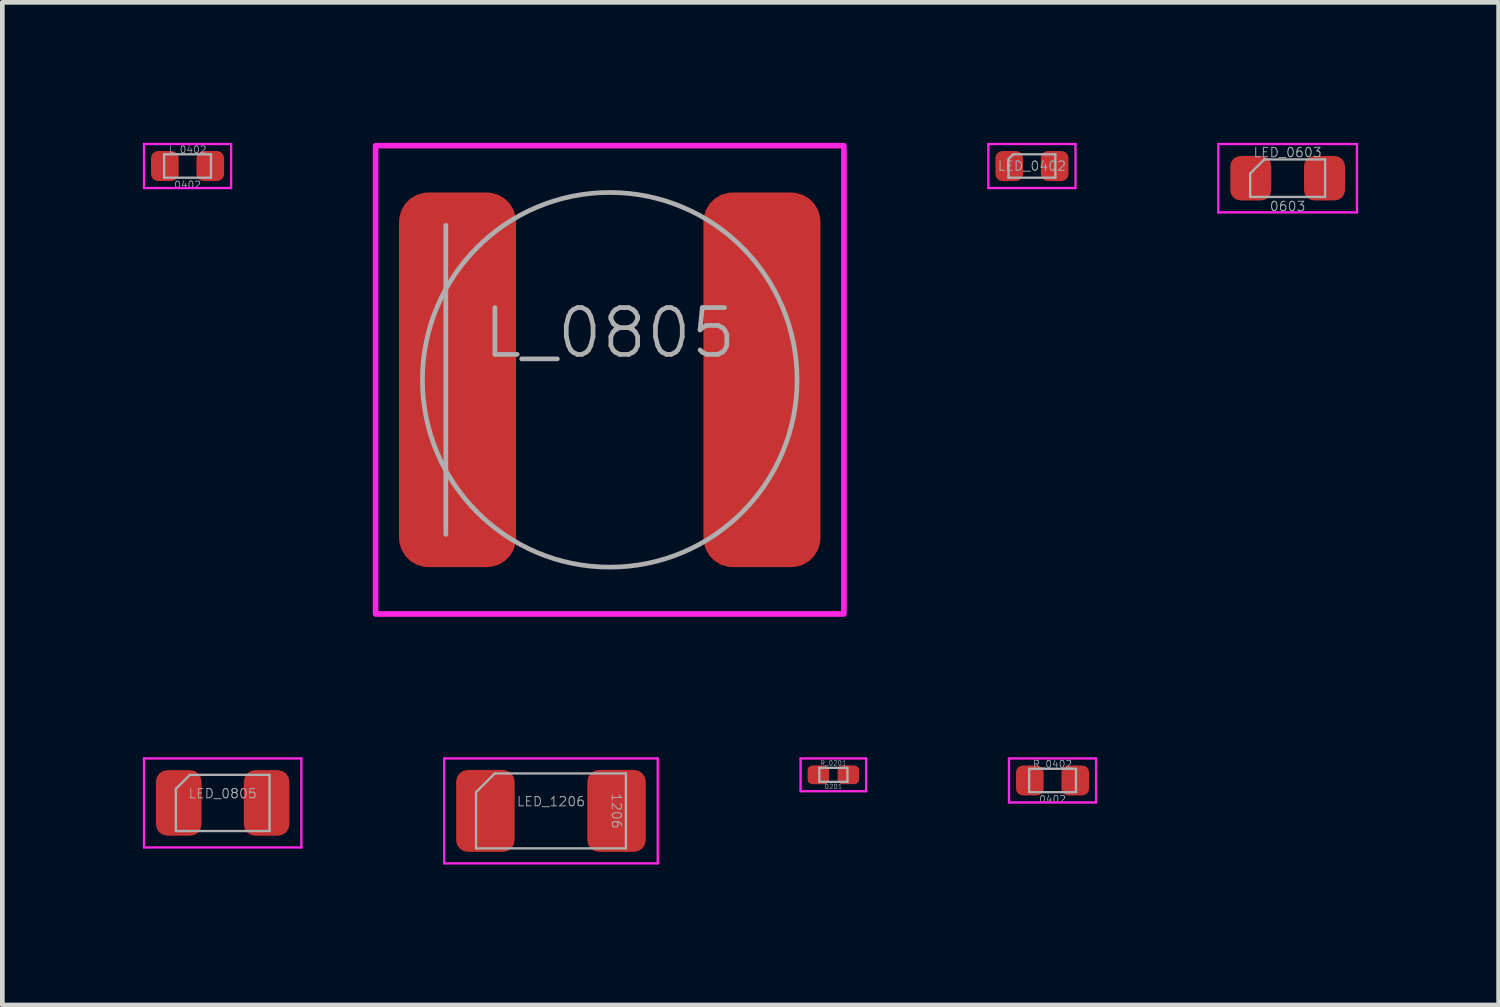
<source format=kicad_pcb>
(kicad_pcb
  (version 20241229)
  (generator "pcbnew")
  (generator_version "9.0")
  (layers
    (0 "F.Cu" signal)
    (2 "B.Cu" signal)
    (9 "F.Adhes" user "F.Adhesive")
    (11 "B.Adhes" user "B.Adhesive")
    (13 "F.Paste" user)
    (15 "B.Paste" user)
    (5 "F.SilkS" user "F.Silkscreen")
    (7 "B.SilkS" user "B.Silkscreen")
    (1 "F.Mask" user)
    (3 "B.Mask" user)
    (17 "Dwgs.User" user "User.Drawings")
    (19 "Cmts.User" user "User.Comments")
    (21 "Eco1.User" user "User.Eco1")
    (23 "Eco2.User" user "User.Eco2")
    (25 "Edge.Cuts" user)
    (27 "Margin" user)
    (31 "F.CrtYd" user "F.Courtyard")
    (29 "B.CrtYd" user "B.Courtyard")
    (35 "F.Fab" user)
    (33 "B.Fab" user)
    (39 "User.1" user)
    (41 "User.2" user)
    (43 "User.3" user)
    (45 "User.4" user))
  (footprint "LED_0603"
    (layer "F.Cu")
    (at 24.445 0.755)
    (property "Reference" "LED_0603" (at 0 -0.55 0) (layer "F.Fab") (effects (font (size 0.2 0.2) (thickness 0.02))))
    (attr smd)
    (fp_line (start -1.48 -0.73) (end 1.48 -0.73) (stroke (width 0.05) (type solid)) (layer "F.CrtYd"))
    (fp_line (start -1.48 0.73) (end -1.48 -0.73) (stroke (width 0.05) (type solid)) (layer "F.CrtYd"))
    (fp_line (start 1.48 -0.73) (end 1.48 0.73) (stroke (width 0.05) (type solid)) (layer "F.CrtYd"))
    (fp_line (start 1.48 0.73) (end -1.48 0.73) (stroke (width 0.05) (type solid)) (layer "F.CrtYd"))
    (fp_line (start -0.8 -0.1) (end -0.8 0.4) (stroke (width 0.05) (type solid)) (layer "F.Fab"))
    (fp_line (start -0.8 0.4) (end 0.8 0.4) (stroke (width 0.05) (type solid)) (layer "F.Fab"))
    (fp_line (start -0.5 -0.4) (end -0.8 -0.1) (stroke (width 0.05) (type solid)) (layer "F.Fab"))
    (fp_line (start 0.8 -0.4) (end -0.5 -0.4) (stroke (width 0.05) (type solid)) (layer "F.Fab"))
    (fp_line (start 0.8 0.4) (end 0.8 -0.4) (stroke (width 0.05) (type solid)) (layer "F.Fab"))
    (fp_text user "0603" (at 0 0.6 0) (layer "F.Fab") (effects (font (size 0.2 0.2) (thickness 0.02))))
    (pad "1" smd roundrect (at -0.787 0) (size 0.875 0.95) (layers "F.Cu" "F.Mask" "F.Paste") (roundrect_rratio 0.25))
    (pad "2" smd roundrect (at 0.787 0) (size 0.875 0.95) (layers "F.Cu" "F.Mask" "F.Paste") (roundrect_rratio 0.25)))
  (footprint "R_0402"
    (layer "F.Cu")
    (at 19.425 13.615)
    (property "Reference" "R_0402" (at 0 -0.35 0) (layer "F.Fab") (effects (font (size 0.15 0.15) (thickness 0.015))))
    (attr smd)
    (fp_line (start -0.93 -0.47) (end 0.93 -0.47) (stroke (width 0.05) (type solid)) (layer "F.CrtYd"))
    (fp_line (start -0.93 0.47) (end -0.93 -0.47) (stroke (width 0.05) (type solid)) (layer "F.CrtYd"))
    (fp_line (start 0.93 -0.47) (end 0.93 0.47) (stroke (width 0.05) (type solid)) (layer "F.CrtYd"))
    (fp_line (start 0.93 0.47) (end -0.93 0.47) (stroke (width 0.05) (type solid)) (layer "F.CrtYd"))
    (fp_line (start -0.5 -0.25) (end 0.5 -0.25) (stroke (width 0.05) (type solid)) (layer "F.Fab"))
    (fp_line (start -0.5 0.25) (end -0.5 -0.25) (stroke (width 0.05) (type solid)) (layer "F.Fab"))
    (fp_line (start 0.5 -0.25) (end 0.5 0.25) (stroke (width 0.05) (type solid)) (layer "F.Fab"))
    (fp_line (start 0.5 0.25) (end -0.5 0.25) (stroke (width 0.05) (type solid)) (layer "F.Fab"))
    (fp_text user "0402" (at 0 0.4 0) (layer "F.Fab") (effects (font (size 0.15 0.15) (thickness 0.015))))
    (pad "1" smd roundrect (at -0.485 0) (size 0.59 0.64) (layers "F.Cu" "F.Mask" "F.Paste") (roundrect_rratio 0.25))
    (pad "2" smd roundrect (at 0.485 0) (size 0.59 0.64) (layers "F.Cu" "F.Mask" "F.Paste") (roundrect_rratio 0.25)))
  (footprint "LED_0805"
    (layer "F.Cu")
    (at 1.705 14.095)
    (property "Reference" "LED_0805" (at 0 -0.2 0) (unlocked yes) (layer "F.Fab") (effects (font (size 0.2 0.2) (thickness 0.02))))
    (attr smd)
    (fp_line (start -1.68 -0.95) (end 1.68 -0.95) (stroke (width 0.05) (type solid)) (layer "F.CrtYd"))
    (fp_line (start -1.68 0.95) (end -1.68 -0.95) (stroke (width 0.05) (type solid)) (layer "F.CrtYd"))
    (fp_line (start 1.68 -0.95) (end 1.68 0.95) (stroke (width 0.05) (type solid)) (layer "F.CrtYd"))
    (fp_line (start 1.68 0.95) (end -1.68 0.95) (stroke (width 0.05) (type solid)) (layer "F.CrtYd"))
    (fp_line (start -1 -0.3) (end -1 0.6) (stroke (width 0.05) (type solid)) (layer "F.Fab"))
    (fp_line (start -1 0.6) (end 1 0.6) (stroke (width 0.05) (type solid)) (layer "F.Fab"))
    (fp_line (start -0.7 -0.6) (end -1 -0.3) (stroke (width 0.05) (type solid)) (layer "F.Fab"))
    (fp_line (start 1 -0.6) (end -0.7 -0.6) (stroke (width 0.05) (type solid)) (layer "F.Fab"))
    (fp_line (start 1 0.6) (end 1 -0.6) (stroke (width 0.05) (type solid)) (layer "F.Fab"))
    (pad "1" smd roundrect (at -0.938 0) (size 0.975 1.4) (layers "F.Cu" "F.Mask" "F.Paste") (roundrect_rratio 0.25))
    (pad "2" smd roundrect (at 0.938 0) (size 0.975 1.4) (layers "F.Cu" "F.Mask" "F.Paste") (roundrect_rratio 0.25)))
  (footprint "LED_1206"
    (layer "F.Cu")
    (at 8.715 14.265)
    (property "Reference" "LED_1206" (at 0 -0.2 0) (unlocked yes) (layer "F.Fab") (effects (font (size 0.2 0.2) (thickness 0.02))))
    (attr smd)
    (fp_line (start -2.28 -1.12) (end 2.28 -1.12) (stroke (width 0.05) (type solid)) (layer "F.CrtYd"))
    (fp_line (start -2.28 1.12) (end -2.28 -1.12) (stroke (width 0.05) (type solid)) (layer "F.CrtYd"))
    (fp_line (start 2.28 -1.12) (end 2.28 1.12) (stroke (width 0.05) (type solid)) (layer "F.CrtYd"))
    (fp_line (start 2.28 1.12) (end -2.28 1.12) (stroke (width 0.05) (type solid)) (layer "F.CrtYd"))
    (fp_line (start -1.6 -0.4) (end -1.6 0.8) (stroke (width 0.05) (type solid)) (layer "F.Fab"))
    (fp_line (start -1.6 0.8) (end 1.6 0.8) (stroke (width 0.05) (type solid)) (layer "F.Fab"))
    (fp_line (start -1.2 -0.8) (end -1.6 -0.4) (stroke (width 0.05) (type solid)) (layer "F.Fab"))
    (fp_line (start 1.6 -0.8) (end -1.2 -0.8) (stroke (width 0.05) (type solid)) (layer "F.Fab"))
    (fp_line (start 1.6 0.8) (end 1.6 -0.8) (stroke (width 0.05) (type solid)) (layer "F.Fab"))
    (fp_text user "1206" (at 1.4 0 270) (unlocked yes) (layer "F.Fab") (effects (font (size 0.2 0.2) (thickness 0.02))))
    (pad "1" smd roundrect (at -1.4 0) (size 1.25 1.75) (layers "F.Cu" "F.Mask" "F.Paste") (roundrect_rratio 0.2))
    (pad "2" smd roundrect (at 1.4 0) (size 1.25 1.75) (layers "F.Cu" "F.Mask" "F.Paste") (roundrect_rratio 0.2)))
  (footprint "LED_0402"
    (layer "F.Cu")
    (at 18.985 0.495)
    (property "Reference" "LED_0402" (at 0 0 0) (unlocked yes) (layer "F.Fab") (effects (font (size 0.2 0.2) (thickness 0.02))))
    (attr smd)
    (fp_line (start -0.93 -0.47) (end 0.93 -0.47) (stroke (width 0.05) (type solid)) (layer "F.CrtYd"))
    (fp_line (start -0.93 0.47) (end -0.93 -0.47) (stroke (width 0.05) (type solid)) (layer "F.CrtYd"))
    (fp_line (start 0.93 -0.47) (end 0.93 0.47) (stroke (width 0.05) (type solid)) (layer "F.CrtYd"))
    (fp_line (start 0.93 0.47) (end -0.93 0.47) (stroke (width 0.05) (type solid)) (layer "F.CrtYd"))
    (fp_line (start -0.5 -0.15) (end -0.4 -0.25) (stroke (width 0.05) (type solid)) (layer "F.Fab"))
    (fp_line (start -0.5 0.25) (end -0.5 -0.15) (stroke (width 0.05) (type solid)) (layer "F.Fab"))
    (fp_line (start -0.4 -0.25) (end 0.5 -0.25) (stroke (width 0.05) (type solid)) (layer "F.Fab"))
    (fp_line (start 0.5 -0.25) (end 0.5 0.25) (stroke (width 0.05) (type solid)) (layer "F.Fab"))
    (fp_line (start 0.5 0.25) (end -0.5 0.25) (stroke (width 0.05) (type solid)) (layer "F.Fab"))
    (pad "1" smd roundrect (at -0.485 0) (size 0.59 0.64) (layers "F.Cu" "F.Mask" "F.Paste") (roundrect_rratio 0.25))
    (pad "2" smd roundrect (at 0.485 0) (size 0.59 0.64) (layers "F.Cu" "F.Mask" "F.Paste") (roundrect_rratio 0.25)))
  (footprint "R_0201"
    (layer "F.Cu")
    (at 14.745 13.495)
    (property "Reference" "R_0201" (at 0 -0.25 0) (layer "F.Fab") (effects (font (size 0.1 0.1) (thickness 0.01))))
    (attr smd)
    (fp_line (start -0.7 -0.35) (end 0.7 -0.35) (stroke (width 0.05) (type solid)) (layer "F.CrtYd"))
    (fp_line (start -0.7 0.35) (end -0.7 -0.35) (stroke (width 0.05) (type solid)) (layer "F.CrtYd"))
    (fp_line (start 0.7 -0.35) (end 0.7 0.35) (stroke (width 0.05) (type solid)) (layer "F.CrtYd"))
    (fp_line (start 0.7 0.35) (end -0.7 0.35) (stroke (width 0.05) (type solid)) (layer "F.CrtYd"))
    (fp_line (start -0.3 -0.15) (end 0.3 -0.15) (stroke (width 0.05) (type solid)) (layer "F.Fab"))
    (fp_line (start -0.3 0.15) (end -0.3 -0.15) (stroke (width 0.05) (type solid)) (layer "F.Fab"))
    (fp_line (start 0.3 -0.15) (end 0.3 0.15) (stroke (width 0.05) (type solid)) (layer "F.Fab"))
    (fp_line (start 0.3 0.15) (end -0.3 0.15) (stroke (width 0.05) (type solid)) (layer "F.Fab"))
    (fp_text user "0201" (at 0 0.25 0) (layer "F.Fab") (effects (font (size 0.1 0.1) (thickness 0.01))))
    (pad "" smd roundrect (at -0.345 0) (size 0.318 0.36) (layers "F.Paste") (roundrect_rratio 0.25))
    (pad "" smd roundrect (at 0.345 0) (size 0.318 0.36) (layers "F.Paste") (roundrect_rratio 0.25))
    (pad "1" smd roundrect (at -0.32 0) (size 0.46 0.4) (layers "F.Cu" "F.Mask") (roundrect_rratio 0.25))
    (pad "2" smd roundrect (at 0.32 0) (size 0.46 0.4) (layers "F.Cu" "F.Mask") (roundrect_rratio 0.25)))
  (footprint "L_0805"
    (layer "F.Cu")
    (at 9.97 5.06)
    (property "Reference" "L_0805" (at 0 -1 0) (layer "F.Fab") (effects (font (size 1 1) (thickness 0.1))))
    (attr smd)
    (fp_rect (start -5 -5) (end 5 5) (stroke (width 0.12) (type default)) (fill no) (layer "F.CrtYd"))
    (fp_line (start -3.5 3.3) (end -3.5 -3.3) (stroke (width 0.1) (type solid)) (layer "F.Fab"))
    (fp_circle (center 0 0) (end 4 0) (stroke (width 0.1) (type default)) (fill no) (layer "F.Fab"))
    (pad "1" smd roundrect (at -3.25 0) (size 2.5 8) (layers "F.Cu" "F.Mask" "F.Paste") (roundrect_rratio 0.25))
    (pad "2" smd roundrect (at 3.25 0) (size 2.5 8) (layers "F.Cu" "F.Mask" "F.Paste") (roundrect_rratio 0.25)))
  (footprint "L_0402"
    (layer "F.Cu")
    (at 0.955 0.495)
    (property "Reference" "L_0402" (at 0 -0.35 0) (unlocked yes) (layer "F.Fab") (effects (font (size 0.15 0.15) (thickness 0.015))))
    (attr smd)
    (fp_line (start -0.93 -0.47) (end 0.93 -0.47) (stroke (width 0.05) (type solid)) (layer "F.CrtYd"))
    (fp_line (start -0.93 0.47) (end -0.93 -0.47) (stroke (width 0.05) (type solid)) (layer "F.CrtYd"))
    (fp_line (start 0.93 -0.47) (end 0.93 0.47) (stroke (width 0.05) (type solid)) (layer "F.CrtYd"))
    (fp_line (start 0.93 0.47) (end -0.93 0.47) (stroke (width 0.05) (type solid)) (layer "F.CrtYd"))
    (fp_line (start -0.5 -0.25) (end 0.5 -0.25) (stroke (width 0.05) (type solid)) (layer "F.Fab"))
    (fp_line (start -0.5 0.25) (end -0.5 -0.25) (stroke (width 0.05) (type solid)) (layer "F.Fab"))
    (fp_line (start 0.5 -0.25) (end 0.5 0.25) (stroke (width 0.05) (type solid)) (layer "F.Fab"))
    (fp_line (start 0.5 0.25) (end -0.5 0.25) (stroke (width 0.05) (type solid)) (layer "F.Fab"))
    (fp_text user "0402" (at 0 0.4 0) (unlocked yes) (layer "F.Fab") (effects (font (size 0.15 0.15) (thickness 0.015))))
    (pad "1" smd roundrect (at -0.485 0) (size 0.59 0.64) (layers "F.Cu" "F.Mask" "F.Paste") (roundrect_rratio 0.25))
    (pad "2" smd roundrect (at 0.485 0) (size 0.59 0.64) (layers "F.Cu" "F.Mask" "F.Paste") (roundrect_rratio 0.25)))
  (gr_rect
    (start -3 -3)
    (end 28.95 18.41)
    (stroke (width 0.1) (type default))
    (fill no)
    (layer "Edge.Cuts")))
</source>
